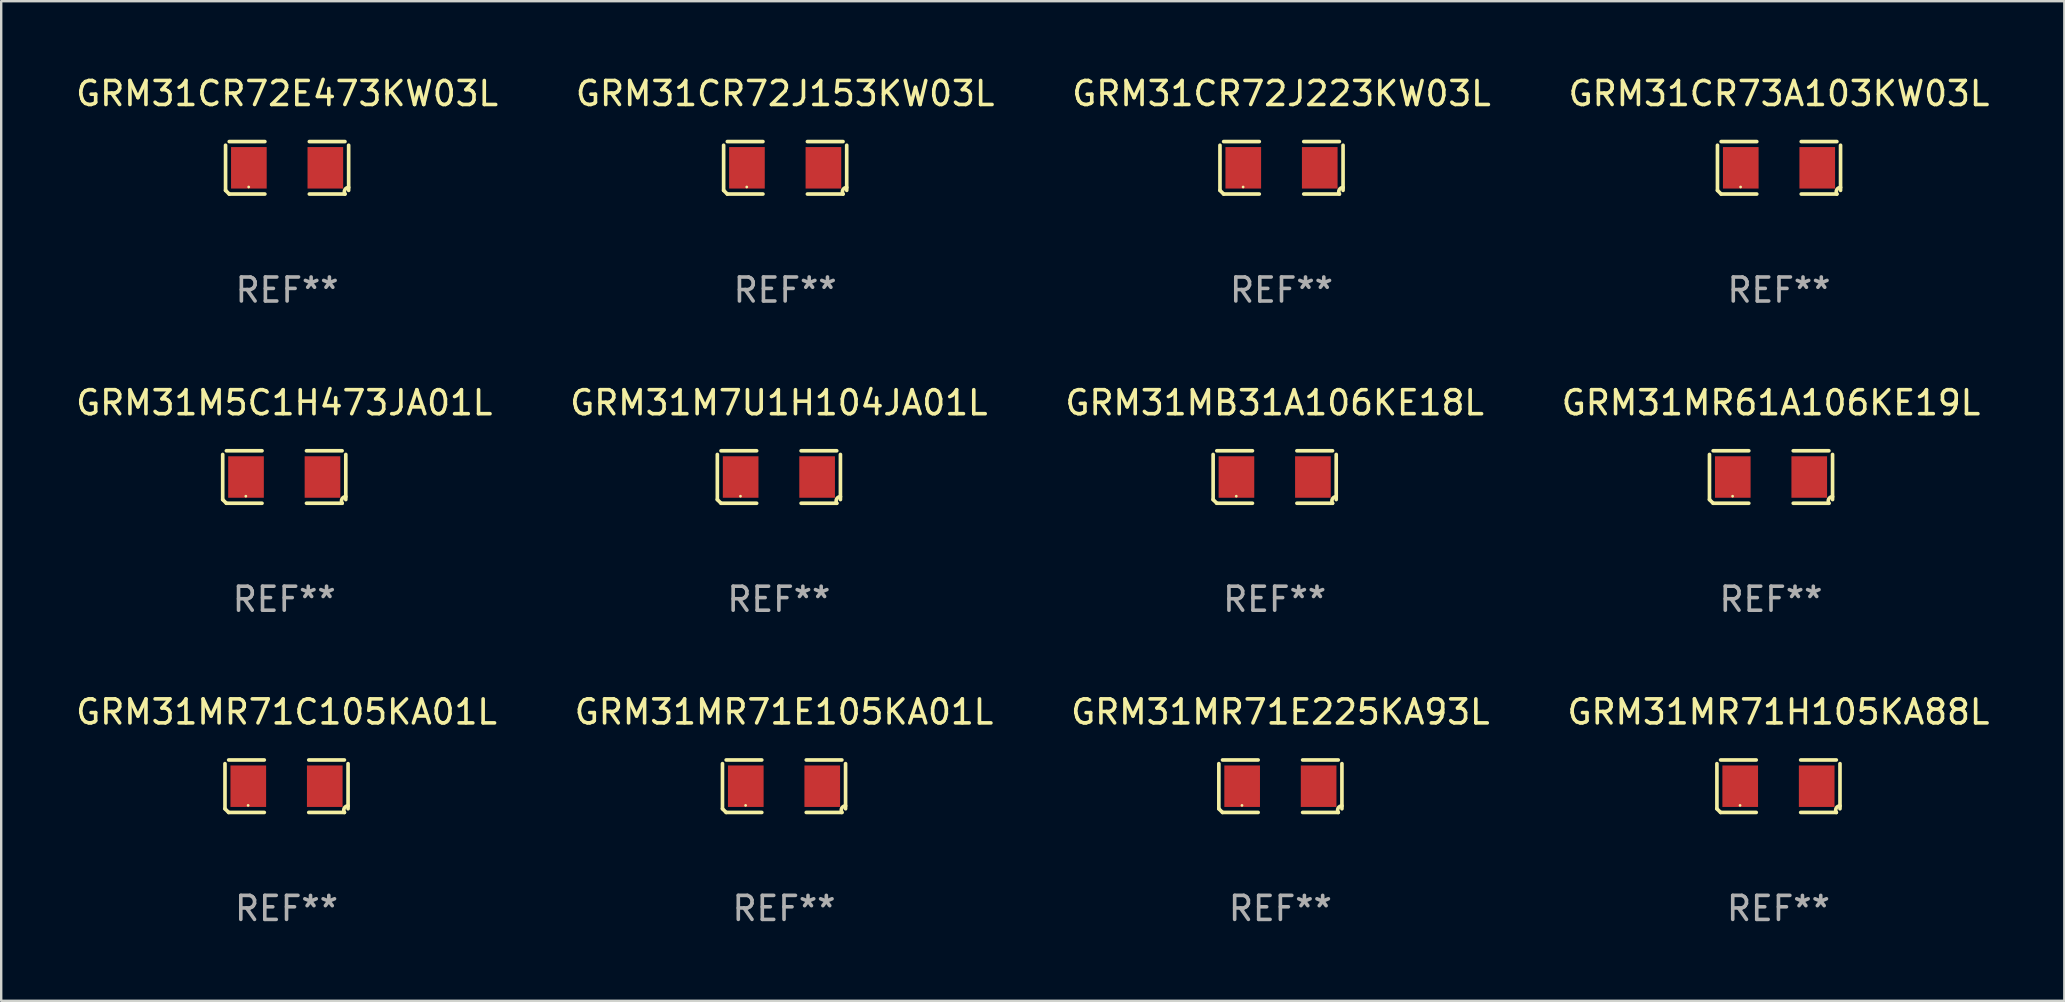
<source format=kicad_pcb>
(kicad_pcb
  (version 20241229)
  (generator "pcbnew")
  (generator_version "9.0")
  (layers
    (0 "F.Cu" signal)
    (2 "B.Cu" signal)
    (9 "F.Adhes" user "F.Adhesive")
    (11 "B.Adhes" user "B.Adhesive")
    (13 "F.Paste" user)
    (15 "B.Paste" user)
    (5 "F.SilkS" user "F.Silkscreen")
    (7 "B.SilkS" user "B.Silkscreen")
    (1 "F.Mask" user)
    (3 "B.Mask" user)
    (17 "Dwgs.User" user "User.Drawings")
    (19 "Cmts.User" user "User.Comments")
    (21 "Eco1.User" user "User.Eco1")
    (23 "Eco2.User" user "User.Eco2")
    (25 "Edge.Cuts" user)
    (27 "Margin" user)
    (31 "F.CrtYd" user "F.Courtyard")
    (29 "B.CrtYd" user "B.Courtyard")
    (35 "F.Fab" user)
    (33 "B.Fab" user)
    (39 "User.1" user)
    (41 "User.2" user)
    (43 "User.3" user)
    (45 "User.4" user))
  (footprint "GRM31CR72J153KW03L"
    (layer "F.Cu")
    (at 29.661 3.941)
    (property "Reference" "GRM31CR72J153KW03L" (at 0 -3.093 0) (layer "F.SilkS") (effects (font (size 1 1) (thickness 0.15))))
    (attr through_hole)
    (fp_line (start -2.564 0.94) (end -2.564 -0.94) (stroke (width 0.152) (type solid)) (layer "F.SilkS"))
    (fp_line (start -2.411 -1.093) (end -0.926 -1.093) (stroke (width 0.152) (type solid)) (layer "F.SilkS"))
    (fp_line (start -0.926 1.093) (end -2.411 1.093) (stroke (width 0.152) (type solid)) (layer "F.SilkS"))
    (fp_line (start 0.926 1.093) (end 2.411 1.093) (stroke (width 0.152) (type solid)) (layer "F.SilkS"))
    (fp_line (start 2.411 -1.093) (end 0.926 -1.093) (stroke (width 0.152) (type solid)) (layer "F.SilkS"))
    (fp_line (start 2.564 0.94) (end 2.564 -0.94) (stroke (width 0.152) (type solid)) (layer "F.SilkS"))
    (fp_arc (start -2.411201 1.092609) (mid -2.487413 1.01642) (end -2.563602 0.940208) (stroke (width 0.1524) (type solid)) (layer "F.SilkS"))
    (fp_arc (start 2.411201 1.092609) (mid 2.407159 0.911226) (end 2.563602 0.819347) (stroke (width 0.1524) (type solid)) (layer "F.SilkS"))
    (fp_circle (center -1.6 0.8) (end -1.57 0.8) (stroke (width 0.06) (type solid)) (fill no) (layer "F.SilkS"))
    (fp_text user "REF**" (at 0 5.093 0) (layer "F.Fab") (effects (font (size 1 1) (thickness 0.15))))
    (pad "1" smd rect (at -1.593 0) (size 1.485 1.728) (layers "F.Cu" "F.Mask" "F.Paste"))
    (pad "2" smd rect (at 1.593 0) (size 1.485 1.728) (layers "F.Cu" "F.Mask" "F.Paste")))
  (footprint "GRM31CR72E473KW03L"
    (layer "F.Cu")
    (at 8.911 3.941)
    (property "Reference" "GRM31CR72E473KW03L" (at 0 -3.093 0) (layer "F.SilkS") (effects (font (size 1 1) (thickness 0.15))))
    (attr through_hole)
    (fp_line (start -2.564 0.94) (end -2.564 -0.94) (stroke (width 0.152) (type solid)) (layer "F.SilkS"))
    (fp_line (start -2.411 -1.093) (end -0.926 -1.093) (stroke (width 0.152) (type solid)) (layer "F.SilkS"))
    (fp_line (start -0.926 1.093) (end -2.411 1.093) (stroke (width 0.152) (type solid)) (layer "F.SilkS"))
    (fp_line (start 0.926 1.093) (end 2.411 1.093) (stroke (width 0.152) (type solid)) (layer "F.SilkS"))
    (fp_line (start 2.411 -1.093) (end 0.926 -1.093) (stroke (width 0.152) (type solid)) (layer "F.SilkS"))
    (fp_line (start 2.564 0.94) (end 2.564 -0.94) (stroke (width 0.152) (type solid)) (layer "F.SilkS"))
    (fp_arc (start -2.411201 1.092609) (mid -2.487413 1.01642) (end -2.563602 0.940208) (stroke (width 0.1524) (type solid)) (layer "F.SilkS"))
    (fp_arc (start 2.411201 1.092609) (mid 2.407159 0.911226) (end 2.563602 0.819347) (stroke (width 0.1524) (type solid)) (layer "F.SilkS"))
    (fp_circle (center -1.6 0.8) (end -1.57 0.8) (stroke (width 0.06) (type solid)) (fill no) (layer "F.SilkS"))
    (fp_text user "REF**" (at 0 5.093 0) (layer "F.Fab") (effects (font (size 1 1) (thickness 0.15))))
    (pad "1" smd rect (at -1.593 0) (size 1.485 1.728) (layers "F.Cu" "F.Mask" "F.Paste"))
    (pad "2" smd rect (at 1.593 0) (size 1.485 1.728) (layers "F.Cu" "F.Mask" "F.Paste")))
  (footprint "GRM31MB31A106KE18L"
    (layer "F.Cu")
    (at 50.054 16.823)
    (property "Reference" "GRM31MB31A106KE18L" (at 0 -3.093 0) (layer "F.SilkS") (effects (font (size 1 1) (thickness 0.15))))
    (attr through_hole)
    (fp_line (start -2.564 0.94) (end -2.564 -0.94) (stroke (width 0.152) (type solid)) (layer "F.SilkS"))
    (fp_line (start -2.411 -1.093) (end -0.926 -1.093) (stroke (width 0.152) (type solid)) (layer "F.SilkS"))
    (fp_line (start -0.926 1.093) (end -2.411 1.093) (stroke (width 0.152) (type solid)) (layer "F.SilkS"))
    (fp_line (start 0.926 1.093) (end 2.411 1.093) (stroke (width 0.152) (type solid)) (layer "F.SilkS"))
    (fp_line (start 2.411 -1.093) (end 0.926 -1.093) (stroke (width 0.152) (type solid)) (layer "F.SilkS"))
    (fp_line (start 2.564 0.94) (end 2.564 -0.94) (stroke (width 0.152) (type solid)) (layer "F.SilkS"))
    (fp_arc (start -2.411201 1.092609) (mid -2.487413 1.01642) (end -2.563602 0.940208) (stroke (width 0.1524) (type solid)) (layer "F.SilkS"))
    (fp_arc (start 2.411201 1.092609) (mid 2.407159 0.911226) (end 2.563602 0.819347) (stroke (width 0.1524) (type solid)) (layer "F.SilkS"))
    (fp_circle (center -1.6 0.8) (end -1.57 0.8) (stroke (width 0.06) (type solid)) (fill no) (layer "F.SilkS"))
    (fp_text user "REF**" (at 0 5.093 0) (layer "F.Fab") (effects (font (size 1 1) (thickness 0.15))))
    (pad "1" smd rect (at -1.593 0) (size 1.485 1.728) (layers "F.Cu" "F.Mask" "F.Paste"))
    (pad "2" smd rect (at 1.593 0) (size 1.485 1.728) (layers "F.Cu" "F.Mask" "F.Paste")))
  (footprint "GRM31MR71E225KA93L"
    (layer "F.Cu")
    (at 50.292 29.704)
    (property "Reference" "GRM31MR71E225KA93L" (at 0 -3.093 0) (layer "F.SilkS") (effects (font (size 1 1) (thickness 0.15))))
    (attr through_hole)
    (fp_line (start -2.564 0.94) (end -2.564 -0.94) (stroke (width 0.152) (type solid)) (layer "F.SilkS"))
    (fp_line (start -2.411 -1.093) (end -0.926 -1.093) (stroke (width 0.152) (type solid)) (layer "F.SilkS"))
    (fp_line (start -0.926 1.093) (end -2.411 1.093) (stroke (width 0.152) (type solid)) (layer "F.SilkS"))
    (fp_line (start 0.926 1.093) (end 2.411 1.093) (stroke (width 0.152) (type solid)) (layer "F.SilkS"))
    (fp_line (start 2.411 -1.093) (end 0.926 -1.093) (stroke (width 0.152) (type solid)) (layer "F.SilkS"))
    (fp_line (start 2.564 0.94) (end 2.564 -0.94) (stroke (width 0.152) (type solid)) (layer "F.SilkS"))
    (fp_arc (start -2.411201 1.092609) (mid -2.487413 1.01642) (end -2.563602 0.940208) (stroke (width 0.1524) (type solid)) (layer "F.SilkS"))
    (fp_arc (start 2.411201 1.092609) (mid 2.407159 0.911226) (end 2.563602 0.819347) (stroke (width 0.1524) (type solid)) (layer "F.SilkS"))
    (fp_circle (center -1.6 0.8) (end -1.57 0.8) (stroke (width 0.06) (type solid)) (fill no) (layer "F.SilkS"))
    (fp_text user "REF**" (at 0 5.093 0) (layer "F.Fab") (effects (font (size 1 1) (thickness 0.15))))
    (pad "1" smd rect (at -1.593 0) (size 1.485 1.728) (layers "F.Cu" "F.Mask" "F.Paste"))
    (pad "2" smd rect (at 1.593 0) (size 1.485 1.728) (layers "F.Cu" "F.Mask" "F.Paste")))
  (footprint "GRM31MR71H105KA88L"
    (layer "F.Cu")
    (at 71.042 29.704)
    (property "Reference" "GRM31MR71H105KA88L" (at 0 -3.093 0) (layer "F.SilkS") (effects (font (size 1 1) (thickness 0.15))))
    (attr through_hole)
    (fp_line (start -2.564 0.94) (end -2.564 -0.94) (stroke (width 0.152) (type solid)) (layer "F.SilkS"))
    (fp_line (start -2.411 -1.093) (end -0.926 -1.093) (stroke (width 0.152) (type solid)) (layer "F.SilkS"))
    (fp_line (start -0.926 1.093) (end -2.411 1.093) (stroke (width 0.152) (type solid)) (layer "F.SilkS"))
    (fp_line (start 0.926 1.093) (end 2.411 1.093) (stroke (width 0.152) (type solid)) (layer "F.SilkS"))
    (fp_line (start 2.411 -1.093) (end 0.926 -1.093) (stroke (width 0.152) (type solid)) (layer "F.SilkS"))
    (fp_line (start 2.564 0.94) (end 2.564 -0.94) (stroke (width 0.152) (type solid)) (layer "F.SilkS"))
    (fp_arc (start -2.411201 1.092609) (mid -2.487413 1.01642) (end -2.563602 0.940208) (stroke (width 0.1524) (type solid)) (layer "F.SilkS"))
    (fp_arc (start 2.411201 1.092609) (mid 2.407159 0.911226) (end 2.563602 0.819347) (stroke (width 0.1524) (type solid)) (layer "F.SilkS"))
    (fp_circle (center -1.6 0.8) (end -1.57 0.8) (stroke (width 0.06) (type solid)) (fill no) (layer "F.SilkS"))
    (fp_text user "REF**" (at 0 5.093 0) (layer "F.Fab") (effects (font (size 1 1) (thickness 0.15))))
    (pad "1" smd rect (at -1.593 0) (size 1.485 1.728) (layers "F.Cu" "F.Mask" "F.Paste"))
    (pad "2" smd rect (at 1.593 0) (size 1.485 1.728) (layers "F.Cu" "F.Mask" "F.Paste")))
  (footprint "GRM31M5C1H473JA01L"
    (layer "F.Cu")
    (at 8.792 16.823)
    (property "Reference" "GRM31M5C1H473JA01L" (at 0 -3.093 0) (layer "F.SilkS") (effects (font (size 1 1) (thickness 0.15))))
    (attr through_hole)
    (fp_line (start -2.564 0.94) (end -2.564 -0.94) (stroke (width 0.152) (type solid)) (layer "F.SilkS"))
    (fp_line (start -2.411 -1.093) (end -0.926 -1.093) (stroke (width 0.152) (type solid)) (layer "F.SilkS"))
    (fp_line (start -0.926 1.093) (end -2.411 1.093) (stroke (width 0.152) (type solid)) (layer "F.SilkS"))
    (fp_line (start 0.926 1.093) (end 2.411 1.093) (stroke (width 0.152) (type solid)) (layer "F.SilkS"))
    (fp_line (start 2.411 -1.093) (end 0.926 -1.093) (stroke (width 0.152) (type solid)) (layer "F.SilkS"))
    (fp_line (start 2.564 0.94) (end 2.564 -0.94) (stroke (width 0.152) (type solid)) (layer "F.SilkS"))
    (fp_arc (start -2.411201 1.092609) (mid -2.487413 1.01642) (end -2.563602 0.940208) (stroke (width 0.1524) (type solid)) (layer "F.SilkS"))
    (fp_arc (start 2.411201 1.092609) (mid 2.407159 0.911226) (end 2.563602 0.819347) (stroke (width 0.1524) (type solid)) (layer "F.SilkS"))
    (fp_circle (center -1.6 0.8) (end -1.57 0.8) (stroke (width 0.06) (type solid)) (fill no) (layer "F.SilkS"))
    (fp_text user "REF**" (at 0 5.093 0) (layer "F.Fab") (effects (font (size 1 1) (thickness 0.15))))
    (pad "1" smd rect (at -1.593 0) (size 1.485 1.728) (layers "F.Cu" "F.Mask" "F.Paste"))
    (pad "2" smd rect (at 1.593 0) (size 1.485 1.728) (layers "F.Cu" "F.Mask" "F.Paste")))
  (footprint "GRM31CR73A103KW03L"
    (layer "F.Cu")
    (at 71.065 3.941)
    (property "Reference" "GRM31CR73A103KW03L" (at 0 -3.093 0) (layer "F.SilkS") (effects (font (size 1 1) (thickness 0.15))))
    (attr through_hole)
    (fp_line (start -2.564 0.94) (end -2.564 -0.94) (stroke (width 0.152) (type solid)) (layer "F.SilkS"))
    (fp_line (start -2.411 -1.093) (end -0.926 -1.093) (stroke (width 0.152) (type solid)) (layer "F.SilkS"))
    (fp_line (start -0.926 1.093) (end -2.411 1.093) (stroke (width 0.152) (type solid)) (layer "F.SilkS"))
    (fp_line (start 0.926 1.093) (end 2.411 1.093) (stroke (width 0.152) (type solid)) (layer "F.SilkS"))
    (fp_line (start 2.411 -1.093) (end 0.926 -1.093) (stroke (width 0.152) (type solid)) (layer "F.SilkS"))
    (fp_line (start 2.564 0.94) (end 2.564 -0.94) (stroke (width 0.152) (type solid)) (layer "F.SilkS"))
    (fp_arc (start -2.411201 1.092609) (mid -2.487413 1.01642) (end -2.563602 0.940208) (stroke (width 0.1524) (type solid)) (layer "F.SilkS"))
    (fp_arc (start 2.411201 1.092609) (mid 2.407159 0.911226) (end 2.563602 0.819347) (stroke (width 0.1524) (type solid)) (layer "F.SilkS"))
    (fp_circle (center -1.6 0.8) (end -1.57 0.8) (stroke (width 0.06) (type solid)) (fill no) (layer "F.SilkS"))
    (fp_text user "REF**" (at 0 5.093 0) (layer "F.Fab") (effects (font (size 1 1) (thickness 0.15))))
    (pad "1" smd rect (at -1.593 0) (size 1.485 1.728) (layers "F.Cu" "F.Mask" "F.Paste"))
    (pad "2" smd rect (at 1.593 0) (size 1.485 1.728) (layers "F.Cu" "F.Mask" "F.Paste")))
  (footprint "GRM31MR61A106KE19L"
    (layer "F.Cu")
    (at 70.732 16.823)
    (property "Reference" "GRM31MR61A106KE19L" (at 0 -3.093 0) (layer "F.SilkS") (effects (font (size 1 1) (thickness 0.15))))
    (attr through_hole)
    (fp_line (start -2.564 0.94) (end -2.564 -0.94) (stroke (width 0.152) (type solid)) (layer "F.SilkS"))
    (fp_line (start -2.411 -1.093) (end -0.926 -1.093) (stroke (width 0.152) (type solid)) (layer "F.SilkS"))
    (fp_line (start -0.926 1.093) (end -2.411 1.093) (stroke (width 0.152) (type solid)) (layer "F.SilkS"))
    (fp_line (start 0.926 1.093) (end 2.411 1.093) (stroke (width 0.152) (type solid)) (layer "F.SilkS"))
    (fp_line (start 2.411 -1.093) (end 0.926 -1.093) (stroke (width 0.152) (type solid)) (layer "F.SilkS"))
    (fp_line (start 2.564 0.94) (end 2.564 -0.94) (stroke (width 0.152) (type solid)) (layer "F.SilkS"))
    (fp_arc (start -2.411201 1.092609) (mid -2.487413 1.01642) (end -2.563602 0.940208) (stroke (width 0.1524) (type solid)) (layer "F.SilkS"))
    (fp_arc (start 2.411201 1.092609) (mid 2.407159 0.911226) (end 2.563602 0.819347) (stroke (width 0.1524) (type solid)) (layer "F.SilkS"))
    (fp_circle (center -1.6 0.8) (end -1.57 0.8) (stroke (width 0.06) (type solid)) (fill no) (layer "F.SilkS"))
    (fp_text user "REF**" (at 0 5.093 0) (layer "F.Fab") (effects (font (size 1 1) (thickness 0.15))))
    (pad "1" smd rect (at -1.593 0) (size 1.485 1.728) (layers "F.Cu" "F.Mask" "F.Paste"))
    (pad "2" smd rect (at 1.593 0) (size 1.485 1.728) (layers "F.Cu" "F.Mask" "F.Paste")))
  (footprint "GRM31MR71E105KA01L"
    (layer "F.Cu")
    (at 29.613 29.704)
    (property "Reference" "GRM31MR71E105KA01L" (at 0 -3.093 0) (layer "F.SilkS") (effects (font (size 1 1) (thickness 0.15))))
    (attr through_hole)
    (fp_line (start -2.564 0.94) (end -2.564 -0.94) (stroke (width 0.152) (type solid)) (layer "F.SilkS"))
    (fp_line (start -2.411 -1.093) (end -0.926 -1.093) (stroke (width 0.152) (type solid)) (layer "F.SilkS"))
    (fp_line (start -0.926 1.093) (end -2.411 1.093) (stroke (width 0.152) (type solid)) (layer "F.SilkS"))
    (fp_line (start 0.926 1.093) (end 2.411 1.093) (stroke (width 0.152) (type solid)) (layer "F.SilkS"))
    (fp_line (start 2.411 -1.093) (end 0.926 -1.093) (stroke (width 0.152) (type solid)) (layer "F.SilkS"))
    (fp_line (start 2.564 0.94) (end 2.564 -0.94) (stroke (width 0.152) (type solid)) (layer "F.SilkS"))
    (fp_arc (start -2.411201 1.092609) (mid -2.487413 1.01642) (end -2.563602 0.940208) (stroke (width 0.1524) (type solid)) (layer "F.SilkS"))
    (fp_arc (start 2.411201 1.092609) (mid 2.407159 0.911226) (end 2.563602 0.819347) (stroke (width 0.1524) (type solid)) (layer "F.SilkS"))
    (fp_circle (center -1.6 0.8) (end -1.57 0.8) (stroke (width 0.06) (type solid)) (fill no) (layer "F.SilkS"))
    (fp_text user "REF**" (at 0 5.093 0) (layer "F.Fab") (effects (font (size 1 1) (thickness 0.15))))
    (pad "1" smd rect (at -1.593 0) (size 1.485 1.728) (layers "F.Cu" "F.Mask" "F.Paste"))
    (pad "2" smd rect (at 1.593 0) (size 1.485 1.728) (layers "F.Cu" "F.Mask" "F.Paste")))
  (footprint "GRM31MR71C105KA01L"
    (layer "F.Cu")
    (at 8.887 29.704)
    (property "Reference" "GRM31MR71C105KA01L" (at 0 -3.093 0) (layer "F.SilkS") (effects (font (size 1 1) (thickness 0.15))))
    (attr through_hole)
    (fp_line (start -2.564 0.94) (end -2.564 -0.94) (stroke (width 0.152) (type solid)) (layer "F.SilkS"))
    (fp_line (start -2.411 -1.093) (end -0.926 -1.093) (stroke (width 0.152) (type solid)) (layer "F.SilkS"))
    (fp_line (start -0.926 1.093) (end -2.411 1.093) (stroke (width 0.152) (type solid)) (layer "F.SilkS"))
    (fp_line (start 0.926 1.093) (end 2.411 1.093) (stroke (width 0.152) (type solid)) (layer "F.SilkS"))
    (fp_line (start 2.411 -1.093) (end 0.926 -1.093) (stroke (width 0.152) (type solid)) (layer "F.SilkS"))
    (fp_line (start 2.564 0.94) (end 2.564 -0.94) (stroke (width 0.152) (type solid)) (layer "F.SilkS"))
    (fp_arc (start -2.411201 1.092609) (mid -2.487413 1.01642) (end -2.563602 0.940208) (stroke (width 0.1524) (type solid)) (layer "F.SilkS"))
    (fp_arc (start 2.411201 1.092609) (mid 2.407159 0.911226) (end 2.563602 0.819347) (stroke (width 0.1524) (type solid)) (layer "F.SilkS"))
    (fp_circle (center -1.6 0.8) (end -1.57 0.8) (stroke (width 0.06) (type solid)) (fill no) (layer "F.SilkS"))
    (fp_text user "REF**" (at 0 5.093 0) (layer "F.Fab") (effects (font (size 1 1) (thickness 0.15))))
    (pad "1" smd rect (at -1.593 0) (size 1.485 1.728) (layers "F.Cu" "F.Mask" "F.Paste"))
    (pad "2" smd rect (at 1.593 0) (size 1.485 1.728) (layers "F.Cu" "F.Mask" "F.Paste")))
  (footprint "GRM31M7U1H104JA01L"
    (layer "F.Cu")
    (at 29.399 16.823)
    (property "Reference" "GRM31M7U1H104JA01L" (at 0 -3.093 0) (layer "F.SilkS") (effects (font (size 1 1) (thickness 0.15))))
    (attr through_hole)
    (fp_line (start -2.564 0.94) (end -2.564 -0.94) (stroke (width 0.152) (type solid)) (layer "F.SilkS"))
    (fp_line (start -2.411 -1.093) (end -0.926 -1.093) (stroke (width 0.152) (type solid)) (layer "F.SilkS"))
    (fp_line (start -0.926 1.093) (end -2.411 1.093) (stroke (width 0.152) (type solid)) (layer "F.SilkS"))
    (fp_line (start 0.926 1.093) (end 2.411 1.093) (stroke (width 0.152) (type solid)) (layer "F.SilkS"))
    (fp_line (start 2.411 -1.093) (end 0.926 -1.093) (stroke (width 0.152) (type solid)) (layer "F.SilkS"))
    (fp_line (start 2.564 0.94) (end 2.564 -0.94) (stroke (width 0.152) (type solid)) (layer "F.SilkS"))
    (fp_arc (start -2.411201 1.092609) (mid -2.487413 1.01642) (end -2.563602 0.940208) (stroke (width 0.1524) (type solid)) (layer "F.SilkS"))
    (fp_arc (start 2.411201 1.092609) (mid 2.407159 0.911226) (end 2.563602 0.819347) (stroke (width 0.1524) (type solid)) (layer "F.SilkS"))
    (fp_circle (center -1.6 0.8) (end -1.57 0.8) (stroke (width 0.06) (type solid)) (fill no) (layer "F.SilkS"))
    (fp_text user "REF**" (at 0 5.093 0) (layer "F.Fab") (effects (font (size 1 1) (thickness 0.15))))
    (pad "1" smd rect (at -1.593 0) (size 1.485 1.728) (layers "F.Cu" "F.Mask" "F.Paste"))
    (pad "2" smd rect (at 1.593 0) (size 1.485 1.728) (layers "F.Cu" "F.Mask" "F.Paste")))
  (footprint "GRM31CR72J223KW03L"
    (layer "F.Cu")
    (at 50.339 3.941)
    (property "Reference" "GRM31CR72J223KW03L" (at 0 -3.093 0) (layer "F.SilkS") (effects (font (size 1 1) (thickness 0.15))))
    (attr through_hole)
    (fp_line (start -2.564 0.94) (end -2.564 -0.94) (stroke (width 0.152) (type solid)) (layer "F.SilkS"))
    (fp_line (start -2.411 -1.093) (end -0.926 -1.093) (stroke (width 0.152) (type solid)) (layer "F.SilkS"))
    (fp_line (start -0.926 1.093) (end -2.411 1.093) (stroke (width 0.152) (type solid)) (layer "F.SilkS"))
    (fp_line (start 0.926 1.093) (end 2.411 1.093) (stroke (width 0.152) (type solid)) (layer "F.SilkS"))
    (fp_line (start 2.411 -1.093) (end 0.926 -1.093) (stroke (width 0.152) (type solid)) (layer "F.SilkS"))
    (fp_line (start 2.564 0.94) (end 2.564 -0.94) (stroke (width 0.152) (type solid)) (layer "F.SilkS"))
    (fp_arc (start -2.411201 1.092609) (mid -2.487413 1.01642) (end -2.563602 0.940208) (stroke (width 0.1524) (type solid)) (layer "F.SilkS"))
    (fp_arc (start 2.411201 1.092609) (mid 2.407159 0.911226) (end 2.563602 0.819347) (stroke (width 0.1524) (type solid)) (layer "F.SilkS"))
    (fp_circle (center -1.6 0.8) (end -1.57 0.8) (stroke (width 0.06) (type solid)) (fill no) (layer "F.SilkS"))
    (fp_text user "REF**" (at 0 5.093 0) (layer "F.Fab") (effects (font (size 1 1) (thickness 0.15))))
    (pad "1" smd rect (at -1.593 0) (size 1.485 1.728) (layers "F.Cu" "F.Mask" "F.Paste"))
    (pad "2" smd rect (at 1.593 0) (size 1.485 1.728) (layers "F.Cu" "F.Mask" "F.Paste")))
  (gr_rect
    (start -3 -3)
    (end 82.952 38.645)
    (stroke (width 0.1) (type default))
    (fill no)
    (layer "Edge.Cuts")))
</source>
